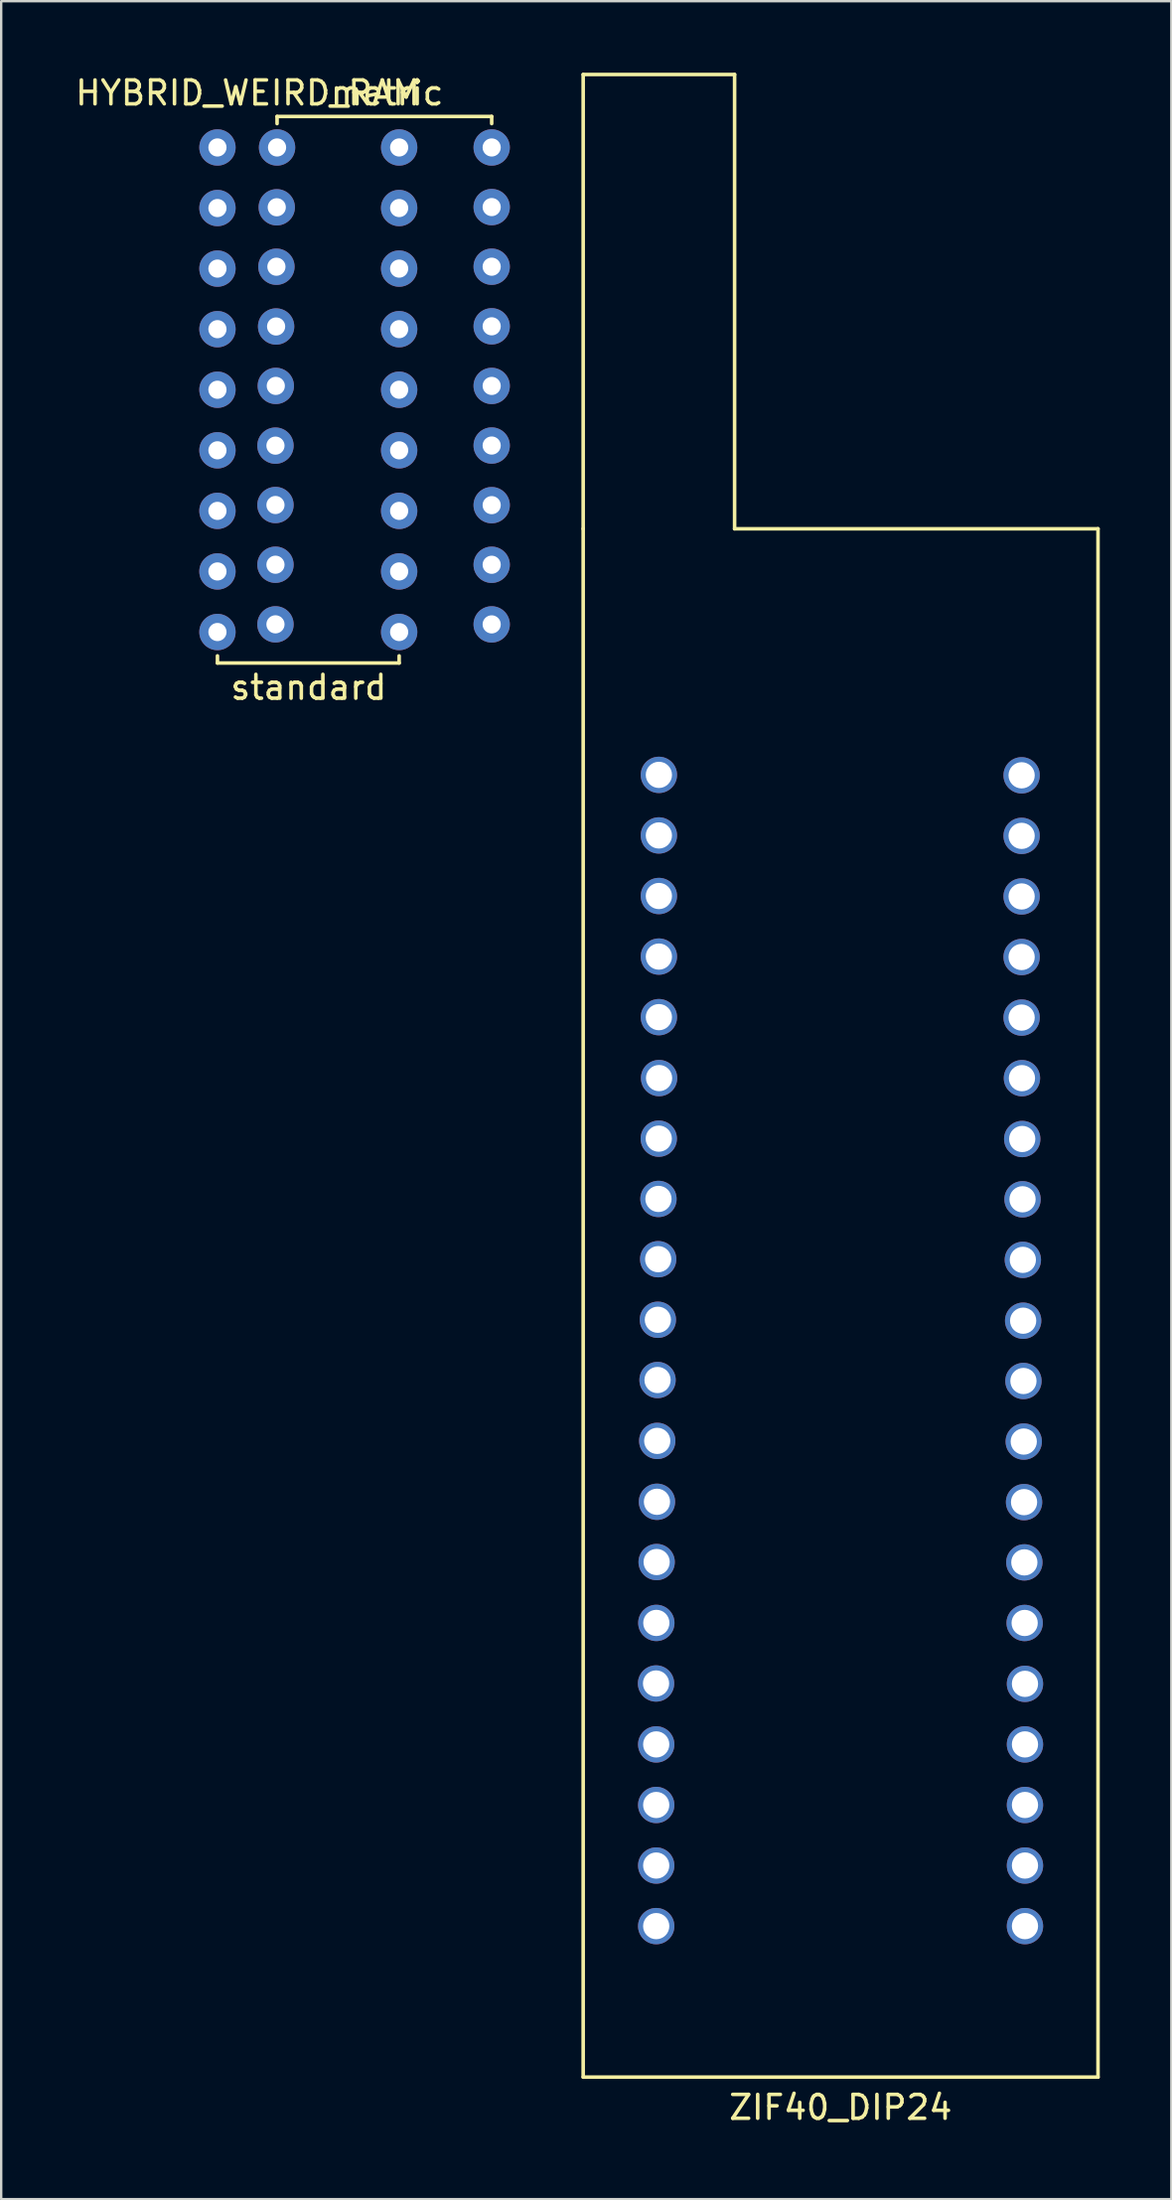
<source format=kicad_pcb>
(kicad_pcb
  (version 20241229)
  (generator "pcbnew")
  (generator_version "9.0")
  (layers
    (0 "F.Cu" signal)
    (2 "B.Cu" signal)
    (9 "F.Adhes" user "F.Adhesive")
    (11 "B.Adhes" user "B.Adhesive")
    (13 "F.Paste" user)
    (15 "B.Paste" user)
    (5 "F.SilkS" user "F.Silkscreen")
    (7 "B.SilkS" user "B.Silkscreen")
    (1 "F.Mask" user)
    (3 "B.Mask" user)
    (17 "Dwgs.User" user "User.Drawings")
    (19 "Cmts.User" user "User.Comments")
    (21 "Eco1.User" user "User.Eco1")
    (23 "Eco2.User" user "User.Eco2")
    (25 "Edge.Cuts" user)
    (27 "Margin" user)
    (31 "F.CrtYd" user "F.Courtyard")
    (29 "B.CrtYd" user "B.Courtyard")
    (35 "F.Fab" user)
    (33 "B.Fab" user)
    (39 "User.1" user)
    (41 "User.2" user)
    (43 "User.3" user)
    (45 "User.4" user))
  (footprint "HYBRID_WEIRD_RAM"
    (layer "F.Cu")
    (at 10.895 12.024)
    (property "Reference" "HYBRID_WEIRD_RAM" (at -3.556 -11.176 0) (layer "F.SilkS") (effects (font (size 1 1) (thickness 0.15))))
    (attr through_hole)
    (fp_line (start -4.826 12.43) (end -4.826 12.73) (stroke (width 0.15) (type solid)) (layer "F.SilkS"))
    (fp_line (start -4.826 12.73) (end 2.794 12.73) (stroke (width 0.15) (type solid)) (layer "F.SilkS"))
    (fp_line (start -2.326 -10.19) (end 6.674 -10.19) (stroke (width 0.15) (type solid)) (layer "F.SilkS"))
    (fp_line (start -2.326 -9.89) (end -2.326 -10.19) (stroke (width 0.15) (type solid)) (layer "F.SilkS"))
    (fp_line (start 2.794 12.43) (end 2.794 12.73) (stroke (width 0.15) (type solid)) (layer "F.SilkS"))
    (fp_line (start 6.674 -9.89) (end 6.674 -10.19) (stroke (width 0.15) (type solid)) (layer "F.SilkS"))
    (fp_text user "metric" (at 2.286 -11.176 0) (layer "F.SilkS") (effects (font (size 1 1) (thickness 0.15))))
    (fp_text user "standard" (at -1 13.75 0) (layer "F.SilkS") (effects (font (size 1 1) (thickness 0.15))))
    (pad "1" thru_hole circle (at -4.826 -8.89) (size 1.524 1.524) (drill 0.762) (layers "*.Cu" "*.Mask"))
    (pad "1" thru_hole circle (at -2.326 -8.89) (size 1.524 1.524) (drill 0.762) (layers "*.Cu" "*.Mask"))
    (pad "2" thru_hole circle (at -4.826 -6.35) (size 1.524 1.524) (drill 0.762) (layers "*.Cu" "*.Mask"))
    (pad "2" thru_hole circle (at -2.339 -6.382) (size 1.524 1.524) (drill 0.762) (layers "*.Cu" "*.Mask"))
    (pad "3" thru_hole circle (at -4.826 -3.81) (size 1.524 1.524) (drill 0.762) (layers "*.Cu" "*.Mask"))
    (pad "3" thru_hole circle (at -2.353 -3.889) (size 1.524 1.524) (drill 0.762) (layers "*.Cu" "*.Mask"))
    (pad "4" thru_hole circle (at -4.826 -1.27) (size 1.524 1.524) (drill 0.762) (layers "*.Cu" "*.Mask"))
    (pad "4" thru_hole circle (at -2.366 -1.383) (size 1.524 1.524) (drill 0.762) (layers "*.Cu" "*.Mask"))
    (pad "5" thru_hole circle (at -4.826 1.27) (size 1.524 1.524) (drill 0.762) (layers "*.Cu" "*.Mask"))
    (pad "5" thru_hole circle (at -2.379 1.109) (size 1.524 1.524) (drill 0.762) (layers "*.Cu" "*.Mask"))
    (pad "6" thru_hole circle (at -4.826 3.81) (size 1.524 1.524) (drill 0.762) (layers "*.Cu" "*.Mask"))
    (pad "6" thru_hole circle (at -2.393 3.614) (size 1.524 1.524) (drill 0.762) (layers "*.Cu" "*.Mask"))
    (pad "7" thru_hole circle (at -4.826 6.35) (size 1.524 1.524) (drill 0.762) (layers "*.Cu" "*.Mask"))
    (pad "7" thru_hole circle (at -2.393 6.104) (size 1.524 1.524) (drill 0.762) (layers "*.Cu" "*.Mask"))
    (pad "8" thru_hole circle (at -4.826 8.89) (size 1.524 1.524) (drill 0.762) (layers "*.Cu" "*.Mask"))
    (pad "8" thru_hole circle (at -2.393 8.608) (size 1.524 1.524) (drill 0.762) (layers "*.Cu" "*.Mask"))
    (pad "9" thru_hole circle (at -4.826 11.43) (size 1.524 1.524) (drill 0.762) (layers "*.Cu" "*.Mask"))
    (pad "9" thru_hole circle (at -2.393 11.108) (size 1.524 1.524) (drill 0.762) (layers "*.Cu" "*.Mask"))
    (pad "10" thru_hole circle (at 2.794 11.43) (size 1.524 1.524) (drill 0.762) (layers "*.Cu" "*.Mask"))
    (pad "10" thru_hole circle (at 6.674 11.11) (size 1.524 1.524) (drill 0.762) (layers "*.Cu" "*.Mask"))
    (pad "11" thru_hole circle (at 2.794 8.89) (size 1.524 1.524) (drill 0.762) (layers "*.Cu" "*.Mask"))
    (pad "11" thru_hole circle (at 6.674 8.61) (size 1.524 1.524) (drill 0.762) (layers "*.Cu" "*.Mask"))
    (pad "12" thru_hole circle (at 2.794 6.35) (size 1.524 1.524) (drill 0.762) (layers "*.Cu" "*.Mask"))
    (pad "12" thru_hole circle (at 6.674 6.11) (size 1.524 1.524) (drill 0.762) (layers "*.Cu" "*.Mask"))
    (pad "13" thru_hole circle (at 2.794 3.81) (size 1.524 1.524) (drill 0.762) (layers "*.Cu" "*.Mask"))
    (pad "13" thru_hole circle (at 6.674 3.61) (size 1.524 1.524) (drill 0.762) (layers "*.Cu" "*.Mask"))
    (pad "14" thru_hole circle (at 2.794 1.27) (size 1.524 1.524) (drill 0.762) (layers "*.Cu" "*.Mask"))
    (pad "14" thru_hole circle (at 6.674 1.11) (size 1.524 1.524) (drill 0.762) (layers "*.Cu" "*.Mask"))
    (pad "15" thru_hole circle (at 2.794 -1.27) (size 1.524 1.524) (drill 0.762) (layers "*.Cu" "*.Mask"))
    (pad "15" thru_hole circle (at 6.674 -1.39) (size 1.524 1.524) (drill 0.762) (layers "*.Cu" "*.Mask"))
    (pad "16" thru_hole circle (at 2.794 -3.81) (size 1.524 1.524) (drill 0.762) (layers "*.Cu" "*.Mask"))
    (pad "16" thru_hole circle (at 6.674 -3.89) (size 1.524 1.524) (drill 0.762) (layers "*.Cu" "*.Mask"))
    (pad "17" thru_hole circle (at 2.794 -6.35) (size 1.524 1.524) (drill 0.762) (layers "*.Cu" "*.Mask"))
    (pad "17" thru_hole circle (at 6.674 -6.39) (size 1.524 1.524) (drill 0.762) (layers "*.Cu" "*.Mask"))
    (pad "18" thru_hole circle (at 2.794 -8.89) (size 1.524 1.524) (drill 0.762) (layers "*.Cu" "*.Mask"))
    (pad "18" thru_hole circle (at 6.674 -8.89) (size 1.524 1.524) (drill 0.762) (layers "*.Cu" "*.Mask")))
  (footprint "ZIF40_DIP24"
    (layer "F.Cu")
    (at 32.201 53.575)
    (property "Reference" "ZIF40_DIP24" (at 0 31.75 0) (layer "F.SilkS") (effects (font (size 1 1) (thickness 0.15))))
    (attr through_hole)
    (fp_line (start -10.795 -53.5) (end -10.795 -34.45) (stroke (width 0.15) (type solid)) (layer "F.SilkS"))
    (fp_line (start -10.795 -53.5) (end -4.445 -53.5) (stroke (width 0.15) (type solid)) (layer "F.SilkS"))
    (fp_line (start -10.795 -34.45) (end -10.795 30.48) (stroke (width 0.15) (type solid)) (layer "F.SilkS"))
    (fp_line (start -10.795 30.48) (end 10.795 30.48) (stroke (width 0.15) (type solid)) (layer "F.SilkS"))
    (fp_line (start -4.445 -53.5) (end -4.445 -34.45) (stroke (width 0.15) (type solid)) (layer "F.SilkS"))
    (fp_line (start -4.445 -34.45) (end 10.795 -34.45) (stroke (width 0.15) (type solid)) (layer "F.SilkS"))
    (fp_line (start 10.795 -34.45) (end 10.795 30.48) (stroke (width 0.15) (type solid)) (layer "F.SilkS"))
    (pad "" thru_hole circle (at -7.732 16.528) (size 1.524 1.524) (drill 1.1) (layers "*.Cu" "*.Mask"))
    (pad "" thru_hole circle (at -7.732 19.068) (size 1.524 1.524) (drill 1.1) (layers "*.Cu" "*.Mask"))
    (pad "" thru_hole circle (at -7.732 21.608) (size 1.524 1.524) (drill 1.1) (layers "*.Cu" "*.Mask"))
    (pad "" thru_hole circle (at -7.732 24.148) (size 1.524 1.524) (drill 1.1) (layers "*.Cu" "*.Mask"))
    (pad "" thru_hole circle (at -7.62 -24.13) (size 1.524 1.524) (drill 1.1) (layers "*.Cu" "*.Mask"))
    (pad "" thru_hole circle (at -7.62 -21.59) (size 1.524 1.524) (drill 1.1) (layers "*.Cu" "*.Mask"))
    (pad "" thru_hole circle (at -7.62 -19.05) (size 1.524 1.524) (drill 1.1) (layers "*.Cu" "*.Mask"))
    (pad "" thru_hole circle (at -7.62 -16.51) (size 1.524 1.524) (drill 1.1) (layers "*.Cu" "*.Mask"))
    (pad "" thru_hole circle (at 7.592 -24.112) (size 1.524 1.524) (drill 1.1) (layers "*.Cu" "*.Mask"))
    (pad "" thru_hole circle (at 7.592 -21.572) (size 1.524 1.524) (drill 1.1) (layers "*.Cu" "*.Mask"))
    (pad "" thru_hole circle (at 7.592 -19.032) (size 1.524 1.524) (drill 1.1) (layers "*.Cu" "*.Mask"))
    (pad "" thru_hole circle (at 7.592 -16.492) (size 1.524 1.524) (drill 1.1) (layers "*.Cu" "*.Mask"))
    (pad "" thru_hole circle (at 7.732 16.528) (size 1.524 1.524) (drill 1.1) (layers "*.Cu" "*.Mask"))
    (pad "" thru_hole circle (at 7.732 19.068) (size 1.524 1.524) (drill 1.1) (layers "*.Cu" "*.Mask"))
    (pad "" thru_hole circle (at 7.732 21.608) (size 1.524 1.524) (drill 1.1) (layers "*.Cu" "*.Mask"))
    (pad "" thru_hole circle (at 7.732 24.148) (size 1.524 1.524) (drill 1.1) (layers "*.Cu" "*.Mask"))
    (pad "1" thru_hole circle (at -7.62 -13.97) (size 1.524 1.524) (drill 1.1) (layers "*.Cu" "*.Mask"))
    (pad "2" thru_hole circle (at -7.612 -11.415) (size 1.524 1.524) (drill 1.1) (layers "*.Cu" "*.Mask"))
    (pad "3" thru_hole circle (at -7.625 -8.875) (size 1.524 1.524) (drill 1.1) (layers "*.Cu" "*.Mask"))
    (pad "4" thru_hole circle (at -7.638 -6.347) (size 1.524 1.524) (drill 1.1) (layers "*.Cu" "*.Mask"))
    (pad "5" thru_hole circle (at -7.65 -3.82) (size 1.524 1.524) (drill 1.1) (layers "*.Cu" "*.Mask"))
    (pad "6" thru_hole circle (at -7.663 -1.28) (size 1.524 1.524) (drill 1.1) (layers "*.Cu" "*.Mask"))
    (pad "7" thru_hole circle (at -7.676 1.247) (size 1.524 1.524) (drill 1.1) (layers "*.Cu" "*.Mask"))
    (pad "8" thru_hole circle (at -7.689 3.8) (size 1.524 1.524) (drill 1.1) (layers "*.Cu" "*.Mask"))
    (pad "9" thru_hole circle (at -7.701 6.353) (size 1.524 1.524) (drill 1.1) (layers "*.Cu" "*.Mask"))
    (pad "10" thru_hole circle (at -7.714 8.88) (size 1.524 1.524) (drill 1.1) (layers "*.Cu" "*.Mask"))
    (pad "11" thru_hole circle (at -7.727 11.433) (size 1.524 1.524) (drill 1.1) (layers "*.Cu" "*.Mask"))
    (pad "12" thru_hole circle (at -7.739 13.973) (size 1.524 1.524) (drill 1.1) (layers "*.Cu" "*.Mask"))
    (pad "13" thru_hole circle (at 7.732 13.988) (size 1.524 1.524) (drill 1.1) (layers "*.Cu" "*.Mask"))
    (pad "14" thru_hole circle (at 7.719 11.435) (size 1.524 1.524) (drill 1.1) (layers "*.Cu" "*.Mask"))
    (pad "15" thru_hole circle (at 7.706 8.895) (size 1.524 1.524) (drill 1.1) (layers "*.Cu" "*.Mask"))
    (pad "16" thru_hole circle (at 7.694 6.368) (size 1.524 1.524) (drill 1.1) (layers "*.Cu" "*.Mask"))
    (pad "17" thru_hole circle (at 7.681 3.828) (size 1.524 1.524) (drill 1.1) (layers "*.Cu" "*.Mask"))
    (pad "18" thru_hole circle (at 7.668 1.288) (size 1.524 1.524) (drill 1.1) (layers "*.Cu" "*.Mask"))
    (pad "19" thru_hole circle (at 7.656 -1.24) (size 1.524 1.524) (drill 1.1) (layers "*.Cu" "*.Mask"))
    (pad "20" thru_hole circle (at 7.643 -3.792) (size 1.524 1.524) (drill 1.1) (layers "*.Cu" "*.Mask"))
    (pad "21" thru_hole circle (at 7.63 -6.332) (size 1.524 1.524) (drill 1.1) (layers "*.Cu" "*.Mask"))
    (pad "22" thru_hole circle (at 7.617 -8.86) (size 1.524 1.524) (drill 1.1) (layers "*.Cu" "*.Mask"))
    (pad "23" thru_hole circle (at 7.605 -11.412) (size 1.524 1.524) (drill 1.1) (layers "*.Cu" "*.Mask"))
    (pad "24" thru_hole circle (at 7.592 -13.952) (size 1.524 1.524) (drill 1.1) (layers "*.Cu" "*.Mask")))
  (gr_rect
    (start -3 -3)
    (end 46.071 89.173)
    (stroke (width 0.1) (type default))
    (fill no)
    (layer "Edge.Cuts")))
</source>
